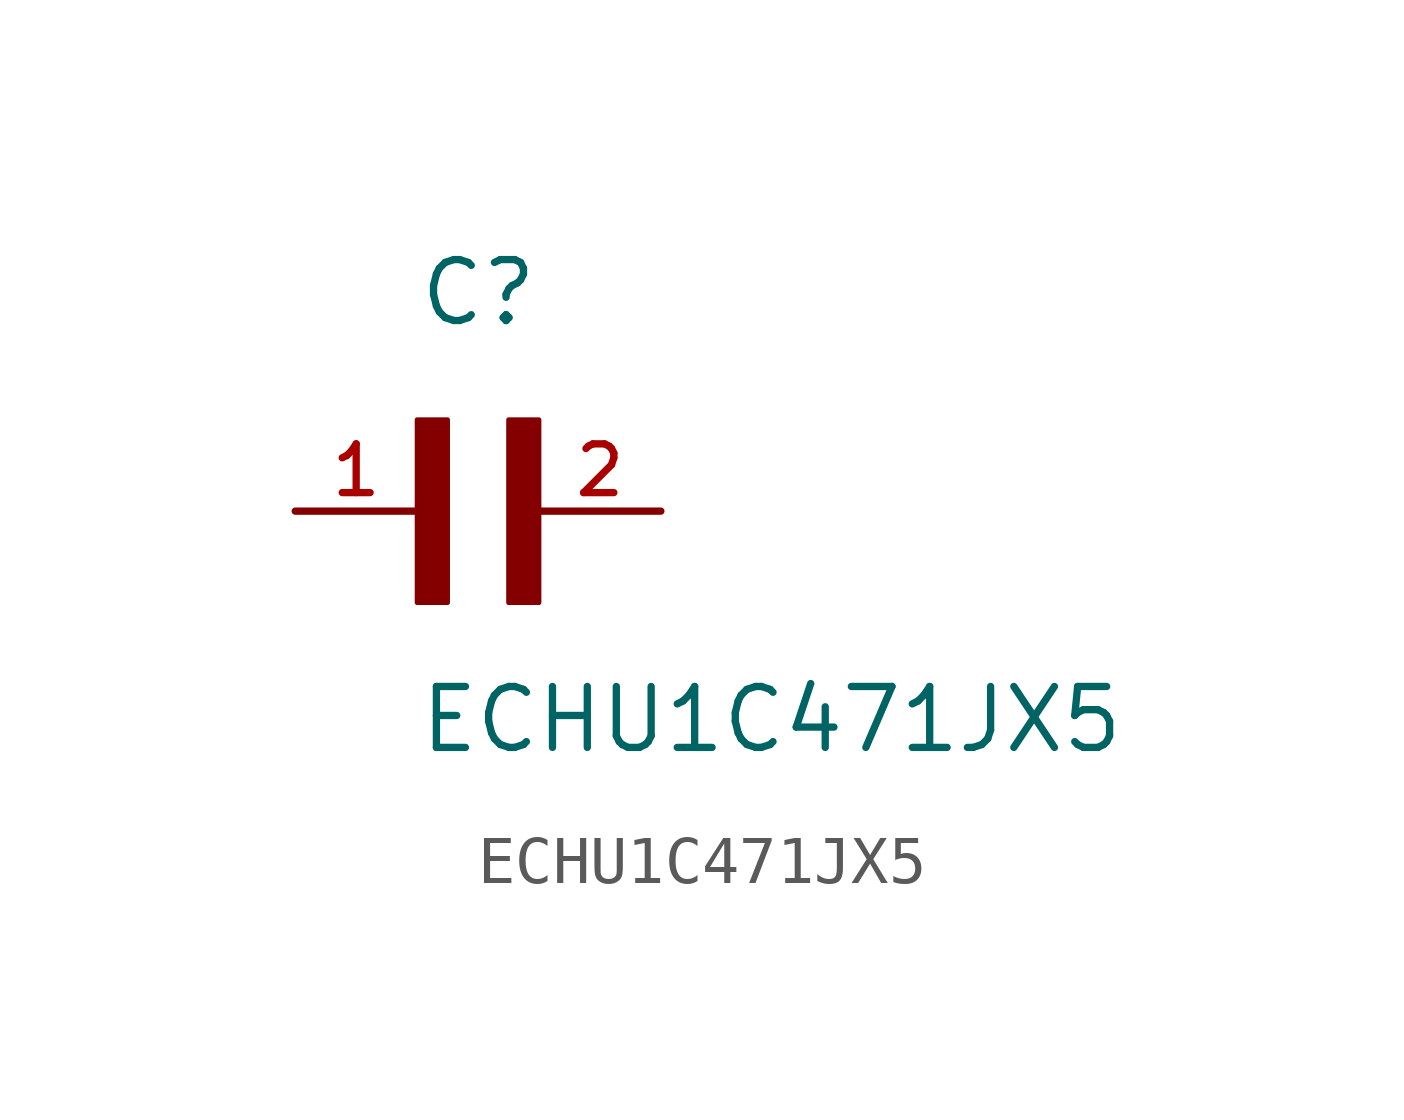
<source format=kicad_sym>
(kicad_symbol_lib
  (version 20211014)
  (generator kicad_symbol_editor)
  (symbol "ECHU1C471JX5"
    (pin_names
      (offset 1.016))
    (property "Reference" "C"
      (at 0.0 3.81 0)
      (effects (font (size 1.27 1.27)) (justify bottom left)))
    (property "Value" "ECHU1C471JX5"
      (at 0.0 -5.088 0)
      (effects (font (size 1.27 1.27)) (justify bottom left)))
    (symbol "ECHU1C471JX5_0_0"
      (rectangle (start 0.0 -1.907) (end 0.635 1.905) (stroke (width 0.1)) (fill (type outline)))
      (rectangle (start 1.907 -1.907) (end 2.54 1.905) (stroke (width 0.1)) (fill (type outline)))
      (pin passive line (at -2.54 0.0 0) (length 2.54) (name "~" (effects (font (size 1.016 1.016)))) (number "1" (effects (font (size 1.016 1.016)))))
      (pin passive line (at 5.08 0.0 180.0) (length 2.54) (name "~" (effects (font (size 1.016 1.016)))) (number "2" (effects (font (size 1.016 1.016))))))))
</source>
